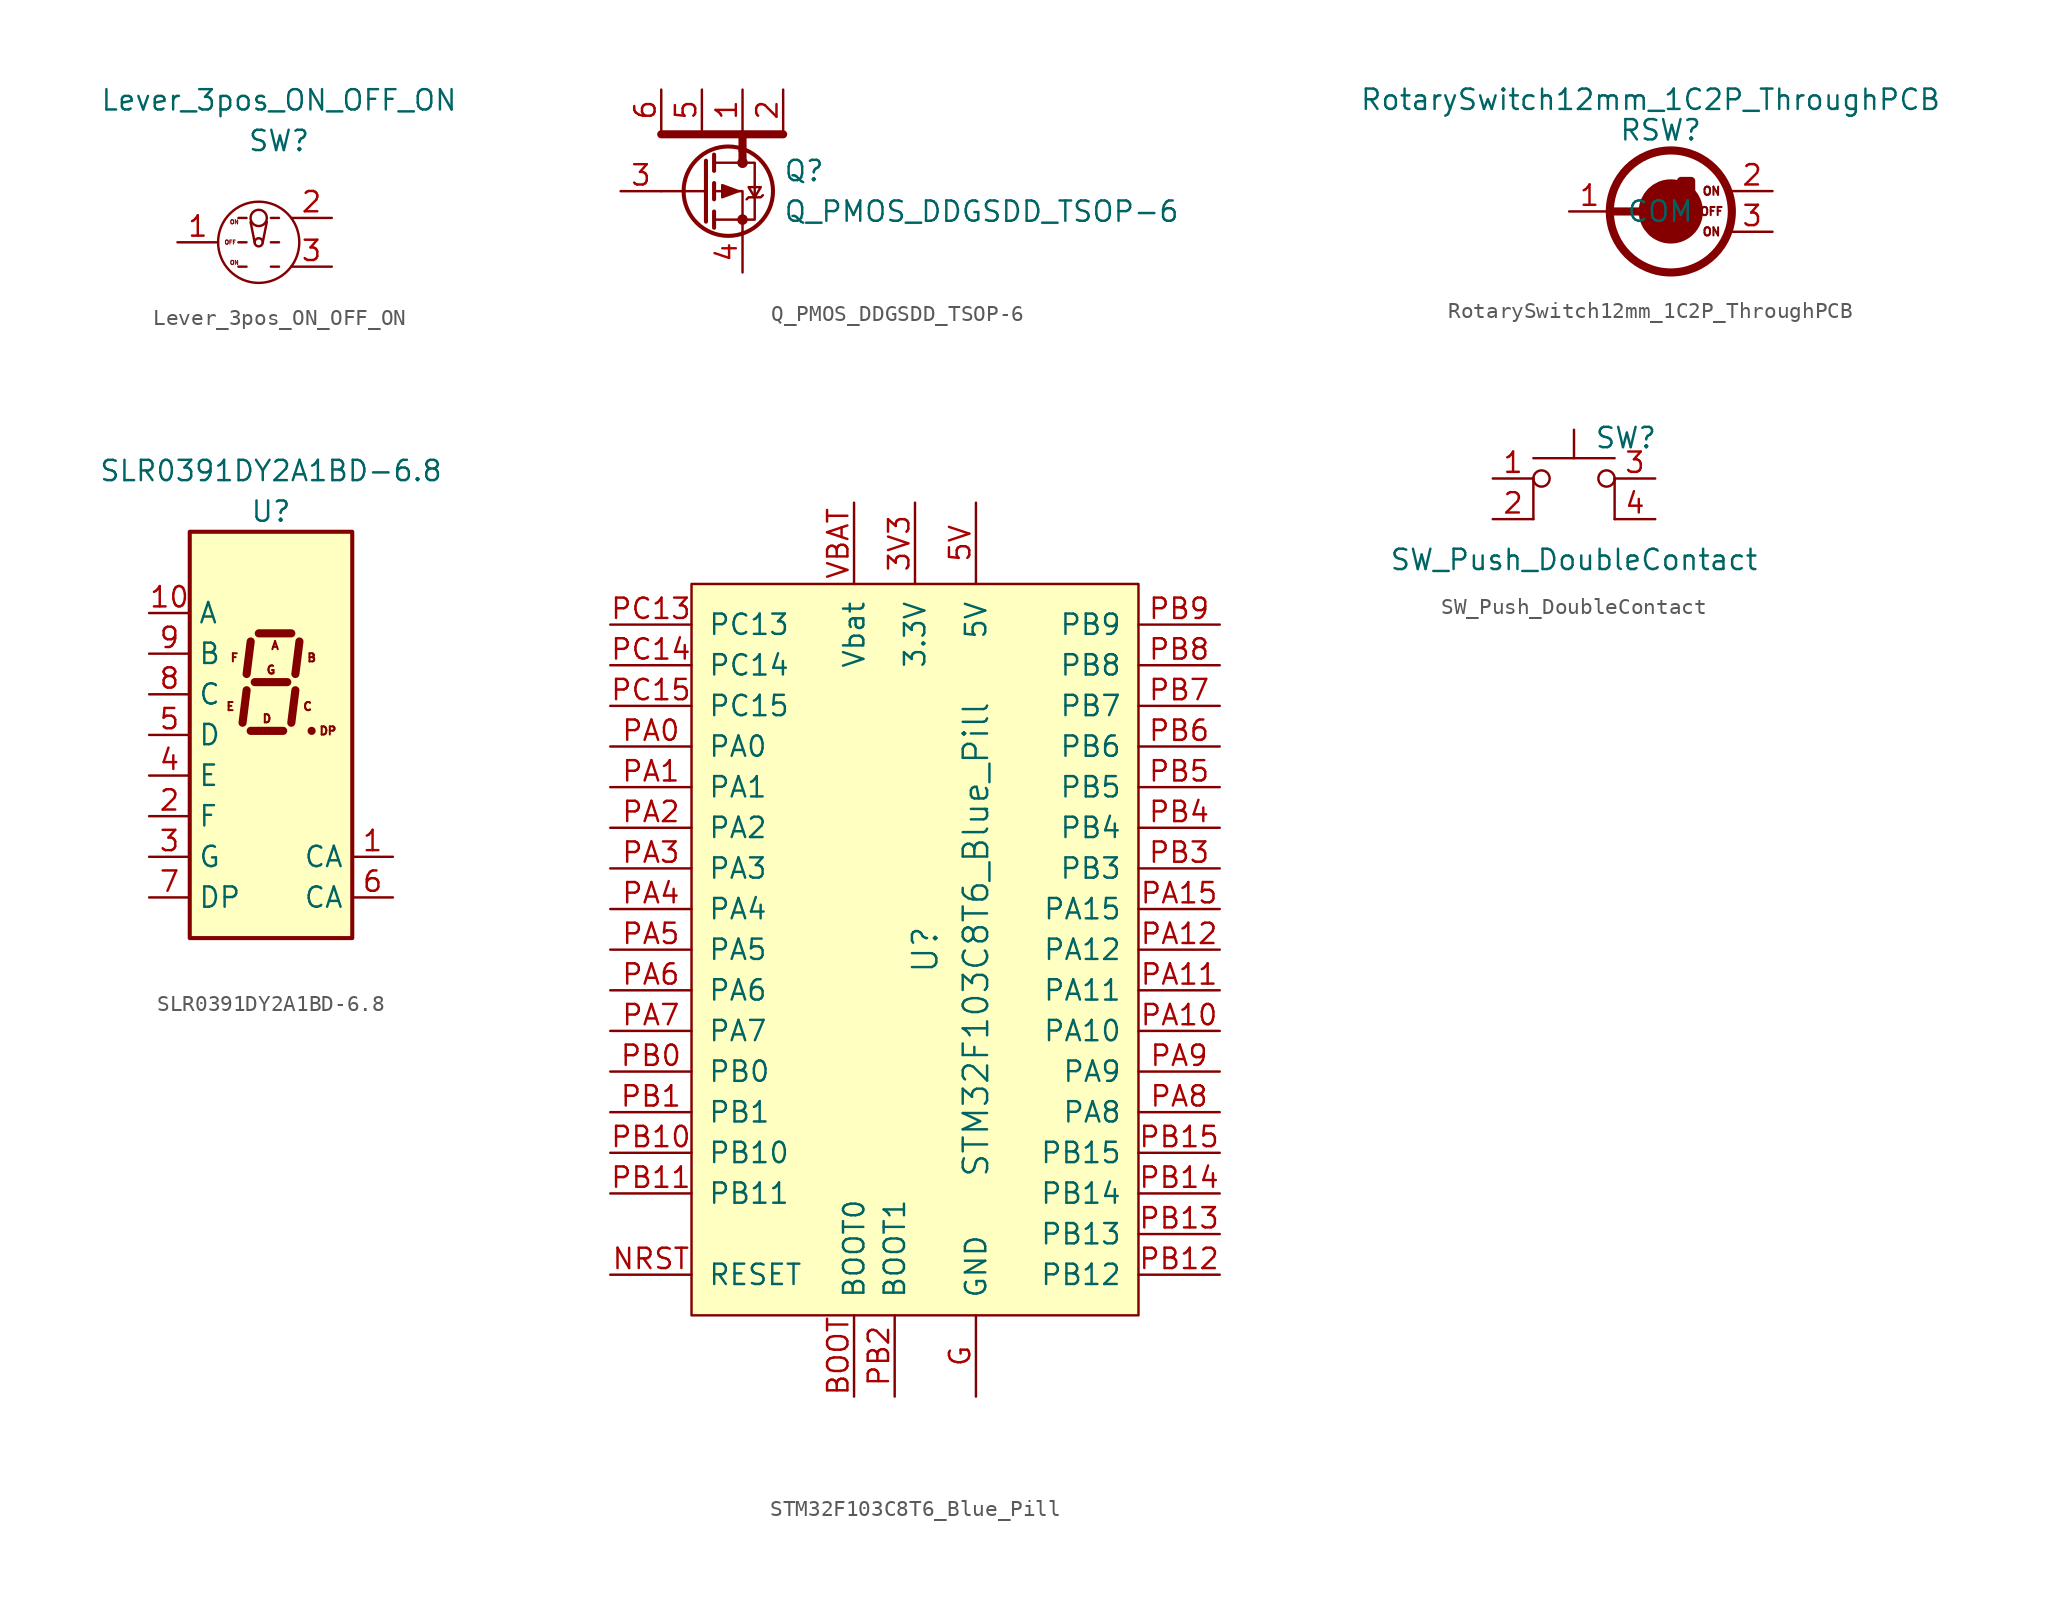
<source format=kicad_sym>
(kicad_symbol_lib
  (version 20231120)
  (generator "kicad_symbol_editor")
  (generator_version "8.0")
  (symbol "Lever_3pos_ON_OFF_ON"
    (pin_names
      (offset 1.016))
    (property "Reference" "SW"
      (at 0 0 0)
      (effects (font (size 1.27 1.27))))
    (property "Value" "Lever_3pos_ON_OFF_ON"
      (at 0 2.54 0)
      (effects (font (size 1.27 1.27))))
    (symbol "Lever_3pos_ON_OFF_ON_0_0"
      (text "OFF" (at -3.048 -6.35 0) (effects (font (size 0.254 0.254))))
      (text "ON" (at -2.794 -7.62 0) (effects (font (size 0.254 0.254))))
      (text "ON" (at -2.794 -5.08 0) (effects (font (size 0.254 0.254)))))
    (symbol "Lever_3pos_ON_OFF_ON_0_1"
      (circle (center -1.27 -6.35) (radius 0.254) (stroke (width 0) (type default)) (fill (type none)))
      (circle (center -1.27 -6.35) (radius 2.54) (stroke (width 0) (type default)) (fill (type none)))
      (circle (center -1.27 -4.826) (radius 0.508) (stroke (width 0) (type default)) (fill (type none)))
      (polyline (pts (xy -2.54 -7.874) (xy -2.032 -7.874)) (stroke (width 0) (type default)) (fill (type none)))
      (polyline (pts (xy -2.54 -6.35) (xy -2.032 -6.35)) (stroke (width 0) (type default)) (fill (type none)))
      (polyline (pts (xy -2.54 -4.826) (xy -2.032 -4.826)) (stroke (width 0) (type default)) (fill (type none)))
      (polyline (pts (xy -1.778 -5.08) (xy -1.524 -6.35)) (stroke (width 0) (type default)) (fill (type none)))
      (polyline (pts (xy -1.016 -6.35) (xy -0.762 -5.08)) (stroke (width 0) (type default)) (fill (type none)))
      (polyline (pts (xy -0.508 -7.874) (xy 0 -7.874)) (stroke (width 0) (type default)) (fill (type none)))
      (polyline (pts (xy -0.508 -6.35) (xy 0 -6.35)) (stroke (width 0) (type default)) (fill (type none)))
      (polyline (pts (xy -0.508 -4.826) (xy 0 -4.826)) (stroke (width 0) (type default)) (fill (type none))))
    (symbol "Lever_3pos_ON_OFF_ON_1_1"
      (pin passive line (at -6.35 -6.35 0) (length 2.54) (name "~" (effects (font (size 1.27 1.27)))) (number "1" (effects (font (size 1.27 1.27)))))
      (pin passive line (at 3.302 -4.826 180) (length 2.54) (name "~" (effects (font (size 1.27 1.27)))) (number "2" (effects (font (size 1.27 1.27)))))
      (pin passive line (at 3.302 -7.874 180) (length 2.54) (name "~" (effects (font (size 1.27 1.27)))) (number "3" (effects (font (size 1.27 1.27)))))))
  (symbol "Q_PMOS_DDGSDD_TSOP-6"
    (pin_names
      (offset 0) hide)
    (property "Reference" "Q"
      (at 5.08 1.27 0)
      (effects (font (size 1.27 1.27)) (justify left)))
    (property "Value" "Q_PMOS_DDGSDD_TSOP-6"
      (at 5.08 -1.27 0)
      (effects (font (size 1.27 1.27)) (justify left)))
    (symbol "Q_PMOS_DDGSDD_TSOP-6_0_1"
      (polyline (pts (xy 0.254 0) (xy -2.54 0)) (stroke (width 0) (type default)) (fill (type none)))
      (polyline (pts (xy 0.254 1.905) (xy 0.254 -1.905)) (stroke (width 0.254) (type default)) (fill (type none)))
      (polyline (pts (xy 0.762 -1.27) (xy 0.762 -2.286)) (stroke (width 0.254) (type default)) (fill (type none)))
      (polyline (pts (xy 0.762 0.508) (xy 0.762 -0.508)) (stroke (width 0.254) (type default)) (fill (type none)))
      (polyline (pts (xy 0.762 2.286) (xy 0.762 1.27)) (stroke (width 0.254) (type default)) (fill (type none)))
      (polyline (pts (xy 2.54 2.54) (xy 2.54 1.778)) (stroke (width 0.508) (type default)) (fill (type none)))
      (polyline (pts (xy 2.54 2.54) (xy 2.54 3.556)) (stroke (width 0.508) (type default)) (fill (type none)))
      (polyline (pts (xy 5.08 3.556) (xy -2.54 3.556)) (stroke (width 0.508) (type default)) (fill (type outline)))
      (polyline (pts (xy 2.54 -2.54) (xy 2.54 0) (xy 0.762 0)) (stroke (width 0) (type default)) (fill (type none)))
      (polyline (pts (xy 0.762 1.778) (xy 3.302 1.778) (xy 3.302 -1.778) (xy 0.762 -1.778)) (stroke (width 0) (type default)) (fill (type none)))
      (polyline (pts (xy 2.286 0) (xy 1.27 0.381) (xy 1.27 -0.381) (xy 2.286 0)) (stroke (width 0) (type default)) (fill (type outline)))
      (polyline (pts (xy 2.794 -0.508) (xy 2.921 -0.381) (xy 3.683 -0.381) (xy 3.81 -0.254)) (stroke (width 0) (type default)) (fill (type none)))
      (polyline (pts (xy 3.302 -0.381) (xy 2.921 0.254) (xy 3.683 0.254) (xy 3.302 -0.381)) (stroke (width 0) (type default)) (fill (type none)))
      (circle (center 1.651 0) (radius 2.794) (stroke (width 0.254) (type default)) (fill (type none)))
      (circle (center 2.54 -1.778) (radius 0.254) (stroke (width 0) (type default)) (fill (type outline)))
      (circle (center 2.54 1.778) (radius 0.254) (stroke (width 0) (type default)) (fill (type outline))))
    (symbol "Q_PMOS_DDGSDD_TSOP-6_1_1"
      (pin passive line (at 2.54 6.35 270) (length 2.54) (name "D" (effects (font (size 1.27 1.27)))) (number "1" (effects (font (size 1.27 1.27)))))
      (pin passive line (at 5.08 6.35 270) (length 2.54) (name "D" (effects (font (size 1.27 1.27)))) (number "2" (effects (font (size 1.27 1.27)))))
      (pin input line (at -5.08 0 0) (length 2.54) (name "G" (effects (font (size 1.27 1.27)))) (number "3" (effects (font (size 1.27 1.27)))))
      (pin passive line (at 2.54 -5.08 90) (length 2.54) (name "S" (effects (font (size 1.27 1.27)))) (number "4" (effects (font (size 1.27 1.27)))))
      (pin passive line (at 0 6.35 270) (length 2.54) (name "D" (effects (font (size 1.27 1.27)))) (number "5" (effects (font (size 1.27 1.27)))))
      (pin passive line (at -2.54 6.35 270) (length 2.54) (name "D" (effects (font (size 1.27 1.27)))) (number "6" (effects (font (size 1.27 1.27)))))))
  (symbol "RotarySwitch12mm_1C2P_ThroughPCB"
    (pin_names
      (offset 1.016))
    (property "Reference" "RSW"
      (at -0.635 5.08 0)
      (effects (font (size 1.27 1.27))))
    (property "Value" "RotarySwitch12mm_1C2P_ThroughPCB"
      (at -1.27 6.985 0)
      (effects (font (size 1.27 1.27))))
    (symbol "RotarySwitch12mm_1C2P_ThroughPCB_0_0"
      (polyline (pts (xy 0 0) (xy 1.27 1.905) (xy 1.27 1.27) (xy 1.27 1.905) (xy 0.635 1.905)) (stroke (width 0.508) (type default)) (fill (type none)))
      (text "OFF" (at 2.54 0 0) (effects (font (size 0.508 0.508))))
      (text "ON" (at 2.54 -1.27 0) (effects (font (size 0.508 0.508))))
      (text "ON" (at 2.54 1.27 0) (effects (font (size 0.508 0.508)))))
    (symbol "RotarySwitch12mm_1C2P_ThroughPCB_0_1"
      (circle (center 0 0) (radius 0.0001) (stroke (width 2.007) (type default)) (fill (type none)))
      (polyline (pts (xy 0 0) (xy -3.81 0)) (stroke (width 0.508) (type default)) (fill (type none)))
      (circle (center 0 0) (radius 3.81) (stroke (width 0.508) (type default)) (fill (type none))))
    (symbol "RotarySwitch12mm_1C2P_ThroughPCB_1_1"
      (pin passive line (at -6.35 0 0) (length 2.54) (name "COM" (effects (font (size 1.27 1.27)))) (number "1" (effects (font (size 1.27 1.27)))))
      (pin passive line (at 6.35 1.27 180) (length 2.54) (name "~" (effects (font (size 1.27 1.27)))) (number "2" (effects (font (size 1.27 1.27)))))
      (pin passive line (at 6.35 -1.27 180) (length 2.54) (name "~" (effects (font (size 1.27 1.27)))) (number "3" (effects (font (size 1.27 1.27)))))))
  (symbol "SLR0391DY2A1BD-6.8"
    (property "Reference" "U"
      (at 0 13.97 0)
      (effects (font (size 1.27 1.27))))
    (property "Value" "SLR0391DY2A1BD-6.8"
      (at 0 16.51 0)
      (effects (font (size 1.27 1.27))))
    (symbol "SLR0391DY2A1BD-6.8_0_0"
      (text "A" (at 0.254 5.588 0) (effects (font (size 0.508 0.508))))
      (text "B" (at 2.54 4.826 0) (effects (font (size 0.508 0.508))))
      (text "C" (at 2.286 1.778 0) (effects (font (size 0.508 0.508))))
      (text "D" (at -0.254 1.016 0) (effects (font (size 0.508 0.508))))
      (text "DP" (at 3.556 0.254 0) (effects (font (size 0.508 0.508))))
      (text "E" (at -2.54 1.778 0) (effects (font (size 0.508 0.508))))
      (text "F" (at -2.286 4.826 0) (effects (font (size 0.508 0.508))))
      (text "G" (at 0 4.064 0) (effects (font (size 0.508 0.508)))))
    (symbol "SLR0391DY2A1BD-6.8_0_1"
      (rectangle (start -5.08 12.7) (end 5.08 -12.7) (stroke (width 0.254) (type default)) (fill (type background)))
      (polyline (pts (xy -1.524 2.794) (xy -1.778 0.762)) (stroke (width 0.508) (type default)) (fill (type none)))
      (polyline (pts (xy -1.27 0.254) (xy 0.762 0.254)) (stroke (width 0.508) (type default)) (fill (type none)))
      (polyline (pts (xy -1.27 5.842) (xy -1.524 3.81)) (stroke (width 0.508) (type default)) (fill (type none)))
      (polyline (pts (xy -1.016 3.302) (xy 1.016 3.302)) (stroke (width 0.508) (type default)) (fill (type none)))
      (polyline (pts (xy -0.762 6.35) (xy 1.27 6.35)) (stroke (width 0.508) (type default)) (fill (type none)))
      (polyline (pts (xy 1.524 2.794) (xy 1.27 0.762)) (stroke (width 0.508) (type default)) (fill (type none)))
      (polyline (pts (xy 1.778 5.842) (xy 1.524 3.81)) (stroke (width 0.508) (type default)) (fill (type none)))
      (polyline (pts (xy 2.54 0.254) (xy 2.54 0.254)) (stroke (width 0.508) (type default)) (fill (type none))))
    (symbol "SLR0391DY2A1BD-6.8_1_1"
      (pin input line (at 7.62 -7.62 180) (length 2.54) (name "CA" (effects (font (size 1.27 1.27)))) (number "1" (effects (font (size 1.27 1.27)))))
      (pin input line (at -7.62 7.62 0) (length 2.54) (name "A" (effects (font (size 1.27 1.27)))) (number "10" (effects (font (size 1.27 1.27)))))
      (pin input line (at -7.62 -5.08 0) (length 2.54) (name "F" (effects (font (size 1.27 1.27)))) (number "2" (effects (font (size 1.27 1.27)))))
      (pin input line (at -7.62 -7.62 0) (length 2.54) (name "G" (effects (font (size 1.27 1.27)))) (number "3" (effects (font (size 1.27 1.27)))))
      (pin input line (at -7.62 -2.54 0) (length 2.54) (name "E" (effects (font (size 1.27 1.27)))) (number "4" (effects (font (size 1.27 1.27)))))
      (pin input line (at -7.62 0 0) (length 2.54) (name "D" (effects (font (size 1.27 1.27)))) (number "5" (effects (font (size 1.27 1.27)))))
      (pin input line (at 7.62 -10.16 180) (length 2.54) (name "CA" (effects (font (size 1.27 1.27)))) (number "6" (effects (font (size 1.27 1.27)))))
      (pin input line (at -7.62 -10.16 0) (length 2.54) (name "DP" (effects (font (size 1.27 1.27)))) (number "7" (effects (font (size 1.27 1.27)))))
      (pin input line (at -7.62 2.54 0) (length 2.54) (name "C" (effects (font (size 1.27 1.27)))) (number "8" (effects (font (size 1.27 1.27)))))
      (pin input line (at -7.62 5.08 0) (length 2.54) (name "B" (effects (font (size 1.27 1.27)))) (number "9" (effects (font (size 1.27 1.27)))))))
  (symbol "STM32F103C8T6_Blue_Pill"
    (pin_names
      (offset 1.016))
    (property "Reference" "U"
      (at 0.635 0 90)
      (effects (font (size 1.524 1.524))))
    (property "Value" "STM32F103C8T6_Blue_Pill"
      (at 3.81 0.635 90)
      (effects (font (size 1.524 1.524))))
    (symbol "STM32F103C8T6_Blue_Pill_1_1"
      (rectangle (start -13.97 22.86) (end 13.97 -22.86) (stroke (width 0) (type solid)) (fill (type background)))
      (pin power_out line (at 0 27.94 270) (length 5.08) (name "3.3V" (effects (font (size 1.27 1.27)))) (number "3V3" (effects (font (size 1.27 1.27)))))
      (pin power_out line (at 3.81 27.94 270) (length 5.08) (name "5V" (effects (font (size 1.27 1.27)))) (number "5V" (effects (font (size 1.27 1.27)))))
      (pin input line (at -3.81 -27.94 90) (length 5.08) (name "BOOT0" (effects (font (size 1.27 1.27)))) (number "BOOT" (effects (font (size 1.27 1.27)))))
      (pin power_out line (at 3.81 -27.94 90) (length 5.08) (name "GND" (effects (font (size 1.27 1.27)))) (number "G" (effects (font (size 1.27 1.27)))))
      (pin input line (at -19.05 -20.32 0) (length 5.08) (name "RESET" (effects (font (size 1.27 1.27)))) (number "NRST" (effects (font (size 1.27 1.27)))))
      (pin bidirectional line (at -19.05 12.7 0) (length 5.08) (name "PA0" (effects (font (size 1.27 1.27)))) (number "PA0" (effects (font (size 1.27 1.27)))))
      (pin bidirectional line (at -19.05 10.16 0) (length 5.08) (name "PA1" (effects (font (size 1.27 1.27)))) (number "PA1" (effects (font (size 1.27 1.27)))))
      (pin bidirectional line (at 19.05 -5.08 180) (length 5.08) (name "PA10" (effects (font (size 1.27 1.27)))) (number "PA10" (effects (font (size 1.27 1.27)))))
      (pin bidirectional line (at 19.05 -2.54 180) (length 5.08) (name "PA11" (effects (font (size 1.27 1.27)))) (number "PA11" (effects (font (size 1.27 1.27)))))
      (pin bidirectional line (at 19.05 0 180) (length 5.08) (name "PA12" (effects (font (size 1.27 1.27)))) (number "PA12" (effects (font (size 1.27 1.27)))))
      (pin bidirectional line (at 19.05 2.54 180) (length 5.08) (name "PA15" (effects (font (size 1.27 1.27)))) (number "PA15" (effects (font (size 1.27 1.27)))))
      (pin bidirectional line (at -19.05 7.62 0) (length 5.08) (name "PA2" (effects (font (size 1.27 1.27)))) (number "PA2" (effects (font (size 1.27 1.27)))))
      (pin bidirectional line (at -19.05 5.08 0) (length 5.08) (name "PA3" (effects (font (size 1.27 1.27)))) (number "PA3" (effects (font (size 1.27 1.27)))))
      (pin bidirectional line (at -19.05 2.54 0) (length 5.08) (name "PA4" (effects (font (size 1.27 1.27)))) (number "PA4" (effects (font (size 1.27 1.27)))))
      (pin bidirectional line (at -19.05 0 0) (length 5.08) (name "PA5" (effects (font (size 1.27 1.27)))) (number "PA5" (effects (font (size 1.27 1.27)))))
      (pin bidirectional line (at -19.05 -2.54 0) (length 5.08) (name "PA6" (effects (font (size 1.27 1.27)))) (number "PA6" (effects (font (size 1.27 1.27)))))
      (pin bidirectional line (at -19.05 -5.08 0) (length 5.08) (name "PA7" (effects (font (size 1.27 1.27)))) (number "PA7" (effects (font (size 1.27 1.27)))))
      (pin bidirectional line (at 19.05 -10.16 180) (length 5.08) (name "PA8" (effects (font (size 1.27 1.27)))) (number "PA8" (effects (font (size 1.27 1.27)))))
      (pin bidirectional line (at 19.05 -7.62 180) (length 5.08) (name "PA9" (effects (font (size 1.27 1.27)))) (number "PA9" (effects (font (size 1.27 1.27)))))
      (pin bidirectional line (at -19.05 -7.62 0) (length 5.08) (name "PB0" (effects (font (size 1.27 1.27)))) (number "PB0" (effects (font (size 1.27 1.27)))))
      (pin bidirectional line (at -19.05 -10.16 0) (length 5.08) (name "PB1" (effects (font (size 1.27 1.27)))) (number "PB1" (effects (font (size 1.27 1.27)))))
      (pin bidirectional line (at -19.05 -12.7 0) (length 5.08) (name "PB10" (effects (font (size 1.27 1.27)))) (number "PB10" (effects (font (size 1.27 1.27)))))
      (pin bidirectional line (at -19.05 -15.24 0) (length 5.08) (name "PB11" (effects (font (size 1.27 1.27)))) (number "PB11" (effects (font (size 1.27 1.27)))))
      (pin bidirectional line (at 19.05 -20.32 180) (length 5.08) (name "PB12" (effects (font (size 1.27 1.27)))) (number "PB12" (effects (font (size 1.27 1.27)))))
      (pin bidirectional line (at 19.05 -17.78 180) (length 5.08) (name "PB13" (effects (font (size 1.27 1.27)))) (number "PB13" (effects (font (size 1.27 1.27)))))
      (pin bidirectional line (at 19.05 -15.24 180) (length 5.08) (name "PB14" (effects (font (size 1.27 1.27)))) (number "PB14" (effects (font (size 1.27 1.27)))))
      (pin bidirectional line (at 19.05 -12.7 180) (length 5.08) (name "PB15" (effects (font (size 1.27 1.27)))) (number "PB15" (effects (font (size 1.27 1.27)))))
      (pin input line (at -1.27 -27.94 90) (length 5.08) (name "BOOT1" (effects (font (size 1.27 1.27)))) (number "PB2" (effects (font (size 1.27 1.27)))))
      (pin bidirectional line (at 19.05 5.08 180) (length 5.08) (name "PB3" (effects (font (size 1.27 1.27)))) (number "PB3" (effects (font (size 1.27 1.27)))))
      (pin bidirectional line (at 19.05 7.62 180) (length 5.08) (name "PB4" (effects (font (size 1.27 1.27)))) (number "PB4" (effects (font (size 1.27 1.27)))))
      (pin bidirectional line (at 19.05 10.16 180) (length 5.08) (name "PB5" (effects (font (size 1.27 1.27)))) (number "PB5" (effects (font (size 1.27 1.27)))))
      (pin bidirectional line (at 19.05 12.7 180) (length 5.08) (name "PB6" (effects (font (size 1.27 1.27)))) (number "PB6" (effects (font (size 1.27 1.27)))))
      (pin bidirectional line (at 19.05 15.24 180) (length 5.08) (name "PB7" (effects (font (size 1.27 1.27)))) (number "PB7" (effects (font (size 1.27 1.27)))))
      (pin bidirectional line (at 19.05 17.78 180) (length 5.08) (name "PB8" (effects (font (size 1.27 1.27)))) (number "PB8" (effects (font (size 1.27 1.27)))))
      (pin bidirectional line (at 19.05 20.32 180) (length 5.08) (name "PB9" (effects (font (size 1.27 1.27)))) (number "PB9" (effects (font (size 1.27 1.27)))))
      (pin bidirectional line (at -19.05 20.32 0) (length 5.08) (name "PC13" (effects (font (size 1.27 1.27)))) (number "PC13" (effects (font (size 1.27 1.27)))))
      (pin bidirectional line (at -19.05 17.78 0) (length 5.08) (name "PC14" (effects (font (size 1.27 1.27)))) (number "PC14" (effects (font (size 1.27 1.27)))))
      (pin bidirectional line (at -19.05 15.24 0) (length 5.08) (name "PC15" (effects (font (size 1.27 1.27)))) (number "PC15" (effects (font (size 1.27 1.27)))))
      (pin power_in line (at -3.81 27.94 270) (length 5.08) (name "Vbat" (effects (font (size 1.27 1.27)))) (number "VBAT" (effects (font (size 1.27 1.27)))))))
  (symbol "SW_Push_DoubleContact"
    (pin_names
      (offset 1.016) hide)
    (property "Reference" "SW"
      (at 1.27 2.54 0)
      (effects (font (size 1.27 1.27)) (justify left)))
    (property "Value" "SW_Push_DoubleContact"
      (at 0 -5.08 0)
      (effects (font (size 1.27 1.27))))
    (symbol "SW_Push_DoubleContact_0_1"
      (circle (center -2.032 0) (radius 0.508) (stroke (width 0) (type default)) (fill (type none)))
      (polyline (pts (xy -2.54 -2.54) (xy -2.54 0)) (stroke (width 0) (type default)) (fill (type none)))
      (polyline (pts (xy 0 1.27) (xy 0 3.048)) (stroke (width 0) (type default)) (fill (type none)))
      (polyline (pts (xy 2.54 -2.54) (xy 2.54 0)) (stroke (width 0) (type default)) (fill (type none)))
      (polyline (pts (xy 2.54 1.27) (xy -2.54 1.27)) (stroke (width 0) (type default)) (fill (type none)))
      (circle (center 2.032 0) (radius 0.508) (stroke (width 0) (type default)) (fill (type none)))
      (pin passive line (at -5.08 0 0) (length 2.54) (name "1" (effects (font (size 1.27 1.27)))) (number "1" (effects (font (size 1.27 1.27))))))
    (symbol "SW_Push_DoubleContact_1_1"
      (pin passive line (at -5.08 -2.54 0) (length 2.54) (name "2" (effects (font (size 1.27 1.27)))) (number "2" (effects (font (size 1.27 1.27)))))
      (pin passive line (at 5.08 0 180) (length 2.54) (name "3" (effects (font (size 1.27 1.27)))) (number "3" (effects (font (size 1.27 1.27)))))
      (pin passive line (at 5.08 -2.54 180) (length 2.54) (name "4" (effects (font (size 1.27 1.27)))) (number "4" (effects (font (size 1.27 1.27))))))))
</source>
